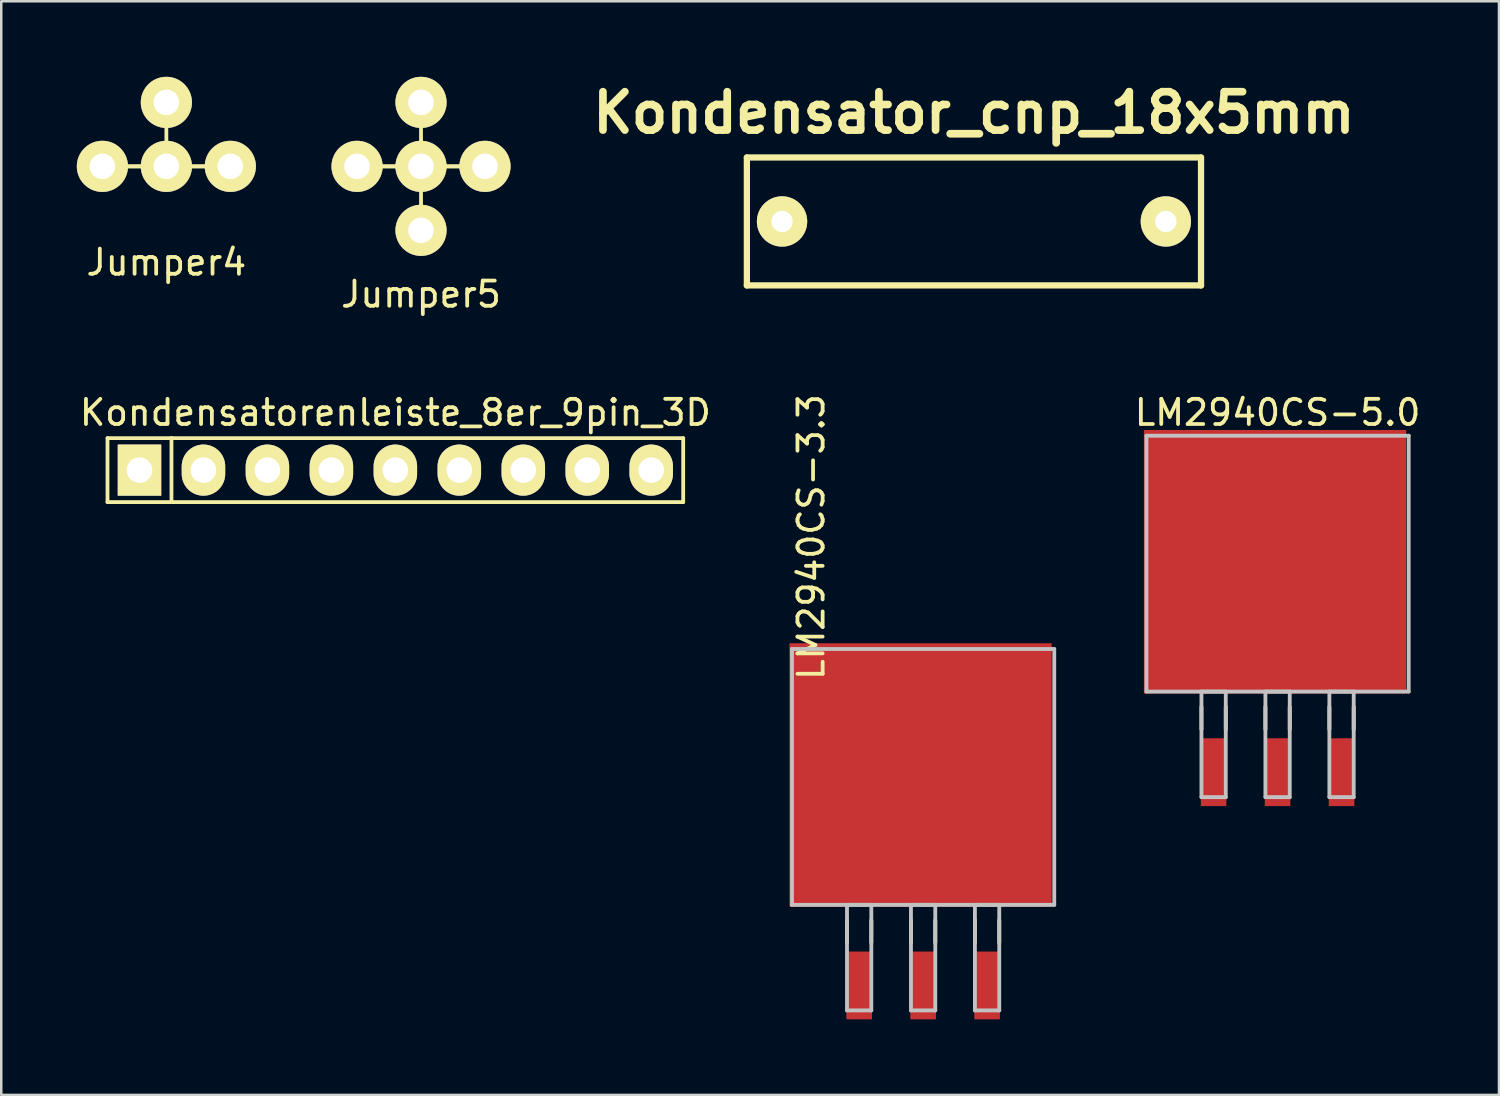
<source format=kicad_pcb>
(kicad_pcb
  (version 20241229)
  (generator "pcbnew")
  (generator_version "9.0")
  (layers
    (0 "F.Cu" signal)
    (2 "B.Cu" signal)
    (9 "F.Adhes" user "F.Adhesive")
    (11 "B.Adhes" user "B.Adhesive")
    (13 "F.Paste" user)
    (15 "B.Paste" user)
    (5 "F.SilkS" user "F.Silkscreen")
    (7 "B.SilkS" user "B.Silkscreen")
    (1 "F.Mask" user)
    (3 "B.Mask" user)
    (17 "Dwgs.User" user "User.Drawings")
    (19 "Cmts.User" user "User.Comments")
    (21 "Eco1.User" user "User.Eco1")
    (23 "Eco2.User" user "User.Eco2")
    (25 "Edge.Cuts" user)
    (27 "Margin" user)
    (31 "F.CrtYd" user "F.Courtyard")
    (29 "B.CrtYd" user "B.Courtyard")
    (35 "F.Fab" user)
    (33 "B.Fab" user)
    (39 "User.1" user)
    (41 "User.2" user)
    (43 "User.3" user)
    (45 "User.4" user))
  (footprint "LM2940CS-3.3"
    (layer "F.Cu")
    (at 33.606 27.801)
    (property "Reference" "LM2940CS-3.3" (at -4.445 -9.525 90) (layer "F.SilkS") (effects (font (size 1 1) (thickness 0.15))))
    (attr smd)
    (fp_line (start -3.023 5.69) (end -3.023 6.579) (stroke (width 0.152) (type solid)) (layer "F.SilkS"))
    (fp_line (start -2.057 5.69) (end -2.057 6.579) (stroke (width 0.152) (type solid)) (layer "F.SilkS"))
    (fp_line (start -0.483 5.69) (end -0.483 6.579) (stroke (width 0.152) (type solid)) (layer "F.SilkS"))
    (fp_line (start 0.483 5.69) (end 0.483 6.579) (stroke (width 0.152) (type solid)) (layer "F.SilkS"))
    (fp_line (start 2.057 5.69) (end 2.057 6.579) (stroke (width 0.152) (type solid)) (layer "F.SilkS"))
    (fp_line (start 3.023 5.69) (end 3.023 6.579) (stroke (width 0.152) (type solid)) (layer "F.SilkS"))
    (fp_line (start -5.207 -5.08) (end -5.207 5.08) (stroke (width 0.152) (type solid)) (layer "Dwgs.User"))
    (fp_line (start -5.207 5.08) (end 5.207 5.08) (stroke (width 0.152) (type solid)) (layer "Dwgs.User"))
    (fp_line (start -3.023 5.08) (end -3.023 9.271) (stroke (width 0.152) (type solid)) (layer "Dwgs.User"))
    (fp_line (start -3.023 9.271) (end -2.057 9.271) (stroke (width 0.152) (type solid)) (layer "Dwgs.User"))
    (fp_line (start -2.057 5.08) (end -3.023 5.08) (stroke (width 0.152) (type solid)) (layer "Dwgs.User"))
    (fp_line (start -2.057 9.271) (end -2.057 5.08) (stroke (width 0.152) (type solid)) (layer "Dwgs.User"))
    (fp_line (start -0.483 5.08) (end -0.483 9.271) (stroke (width 0.152) (type solid)) (layer "Dwgs.User"))
    (fp_line (start -0.483 9.271) (end 0.483 9.271) (stroke (width 0.152) (type solid)) (layer "Dwgs.User"))
    (fp_line (start 0.483 5.08) (end -0.483 5.08) (stroke (width 0.152) (type solid)) (layer "Dwgs.User"))
    (fp_line (start 0.483 9.271) (end 0.483 5.08) (stroke (width 0.152) (type solid)) (layer "Dwgs.User"))
    (fp_line (start 2.057 5.08) (end 2.057 9.271) (stroke (width 0.152) (type solid)) (layer "Dwgs.User"))
    (fp_line (start 2.057 9.271) (end 3.023 9.271) (stroke (width 0.152) (type solid)) (layer "Dwgs.User"))
    (fp_line (start 3.023 5.08) (end 2.057 5.08) (stroke (width 0.152) (type solid)) (layer "Dwgs.User"))
    (fp_line (start 3.023 9.271) (end 3.023 5.08) (stroke (width 0.152) (type solid)) (layer "Dwgs.User"))
    (fp_line (start 5.207 -5.08) (end -5.207 -5.08) (stroke (width 0.152) (type solid)) (layer "Dwgs.User"))
    (fp_line (start 5.207 5.08) (end 5.207 -5.08) (stroke (width 0.152) (type solid)) (layer "Dwgs.User"))
    (pad "1" smd rect (at -2.54 8.28) (size 1.016 2.692) (layers "F.Cu" "F.Mask" "F.Paste"))
    (pad "2" smd rect (at 0 8.28) (size 1.016 2.692) (layers "F.Cu" "F.Mask" "F.Paste"))
    (pad "3" smd rect (at 2.54 8.28) (size 1.016 2.692) (layers "F.Cu" "F.Mask" "F.Paste"))
    (pad "4" smd rect (at -0.102 -0.076) (size 10.414 10.465) (layers "F.Cu" "F.Mask" "F.Paste")))
  (footprint "LM2940CS-5.0"
    (layer "F.Cu")
    (at 47.681 19.332)
    (property "Reference" "LM2940CS-5.0" (at 0 -6 180) (layer "F.SilkS") (effects (font (size 1 1) (thickness 0.15))))
    (attr smd)
    (fp_line (start -3.023 5.69) (end -3.023 6.579) (stroke (width 0.152) (type solid)) (layer "F.SilkS"))
    (fp_line (start -2.057 5.69) (end -2.057 6.579) (stroke (width 0.152) (type solid)) (layer "F.SilkS"))
    (fp_line (start -0.483 5.69) (end -0.483 6.579) (stroke (width 0.152) (type solid)) (layer "F.SilkS"))
    (fp_line (start 0.483 5.69) (end 0.483 6.579) (stroke (width 0.152) (type solid)) (layer "F.SilkS"))
    (fp_line (start 2.057 5.69) (end 2.057 6.579) (stroke (width 0.152) (type solid)) (layer "F.SilkS"))
    (fp_line (start 3.023 5.69) (end 3.023 6.579) (stroke (width 0.152) (type solid)) (layer "F.SilkS"))
    (fp_line (start -5.207 -5.08) (end -5.207 5.08) (stroke (width 0.152) (type solid)) (layer "Dwgs.User"))
    (fp_line (start -5.207 5.08) (end 5.207 5.08) (stroke (width 0.152) (type solid)) (layer "Dwgs.User"))
    (fp_line (start -3.023 5.08) (end -3.023 9.271) (stroke (width 0.152) (type solid)) (layer "Dwgs.User"))
    (fp_line (start -3.023 9.271) (end -2.057 9.271) (stroke (width 0.152) (type solid)) (layer "Dwgs.User"))
    (fp_line (start -2.057 5.08) (end -3.023 5.08) (stroke (width 0.152) (type solid)) (layer "Dwgs.User"))
    (fp_line (start -2.057 9.271) (end -2.057 5.08) (stroke (width 0.152) (type solid)) (layer "Dwgs.User"))
    (fp_line (start -0.483 5.08) (end -0.483 9.271) (stroke (width 0.152) (type solid)) (layer "Dwgs.User"))
    (fp_line (start -0.483 9.271) (end 0.483 9.271) (stroke (width 0.152) (type solid)) (layer "Dwgs.User"))
    (fp_line (start 0.483 5.08) (end -0.483 5.08) (stroke (width 0.152) (type solid)) (layer "Dwgs.User"))
    (fp_line (start 0.483 9.271) (end 0.483 5.08) (stroke (width 0.152) (type solid)) (layer "Dwgs.User"))
    (fp_line (start 2.057 5.08) (end 2.057 9.271) (stroke (width 0.152) (type solid)) (layer "Dwgs.User"))
    (fp_line (start 2.057 9.271) (end 3.023 9.271) (stroke (width 0.152) (type solid)) (layer "Dwgs.User"))
    (fp_line (start 3.023 5.08) (end 2.057 5.08) (stroke (width 0.152) (type solid)) (layer "Dwgs.User"))
    (fp_line (start 3.023 9.271) (end 3.023 5.08) (stroke (width 0.152) (type solid)) (layer "Dwgs.User"))
    (fp_line (start 5.207 -5.08) (end -5.207 -5.08) (stroke (width 0.152) (type solid)) (layer "Dwgs.User"))
    (fp_line (start 5.207 5.08) (end 5.207 -5.08) (stroke (width 0.152) (type solid)) (layer "Dwgs.User"))
    (pad "1" smd rect (at -2.54 8.28) (size 1.016 2.692) (layers "F.Cu" "F.Mask" "F.Paste"))
    (pad "2" smd rect (at 0 8.28) (size 1.016 2.692) (layers "F.Cu" "F.Mask" "F.Paste"))
    (pad "3" smd rect (at 2.54 8.28) (size 1.016 2.692) (layers "F.Cu" "F.Mask" "F.Paste"))
    (pad "4" smd rect (at -0.102 -0.076) (size 10.414 10.465) (layers "F.Cu" "F.Mask" "F.Paste")))
  (footprint "Kondensator_cnp_18x5mm"
    (layer "F.Cu")
    (at 35.624 5.744)
    (property "Reference" "Kondensator_cnp_18x5mm" (at 0 -4.318 0) (layer "F.SilkS") (effects (font (size 1.524 1.524) (thickness 0.305))))
    (attr through_hole)
    (fp_line (start -9.017 -2.54) (end -9.017 2.54) (stroke (width 0.249) (type solid)) (layer "F.SilkS"))
    (fp_line (start -9.017 2.54) (end 9.017 2.54) (stroke (width 0.249) (type solid)) (layer "F.SilkS"))
    (fp_line (start 9.017 -2.54) (end -9.017 -2.54) (stroke (width 0.249) (type solid)) (layer "F.SilkS"))
    (fp_line (start 9.017 2.54) (end 9.017 -2.54) (stroke (width 0.249) (type solid)) (layer "F.SilkS"))
    (pad "1" thru_hole circle (at -7.62 0) (size 1.999 1.999) (drill 0.848) (layers "*.Cu" "*.Mask" "F.SilkS"))
    (pad "2" thru_hole circle (at 7.62 0) (size 1.999 1.999) (drill 0.848) (layers "*.Cu" "*.Mask" "F.SilkS")))
  (footprint "Jumper4"
    (layer "F.Cu")
    (at 3.556 2.286)
    (property "Reference" "Jumper4" (at 0 5.08 0) (layer "F.SilkS") (effects (font (size 1 1) (thickness 0.15))))
    (attr through_hole)
    (fp_line (start -2.54 1.27) (end 0 1.27) (stroke (width 0.15) (type solid)) (layer "F.SilkS"))
    (fp_line (start 0 1.27) (end -2.54 1.27) (stroke (width 0.15) (type solid)) (layer "F.SilkS"))
    (fp_line (start 0 1.27) (end 0 -1.27) (stroke (width 0.15) (type solid)) (layer "F.SilkS"))
    (fp_line (start 0 1.27) (end 2.54 1.27) (stroke (width 0.15) (type solid)) (layer "F.SilkS"))
    (fp_line (start 2.54 1.27) (end 0 1.27) (stroke (width 0.15) (type solid)) (layer "F.SilkS"))
    (pad "1" thru_hole circle (at -2.54 1.27) (size 2.032 2.032) (drill 1.016) (layers "*.Cu" "*.Mask" "F.SilkS"))
    (pad "2" thru_hole circle (at 0 1.27) (size 2.032 2.032) (drill 1.016) (layers "*.Cu" "*.Mask" "F.SilkS"))
    (pad "3" thru_hole circle (at 2.54 1.27) (size 2.032 2.032) (drill 1.016) (layers "*.Cu" "*.Mask" "F.SilkS"))
    (pad "4" thru_hole oval (at 0 -1.27) (size 2.032 2.032) (drill 1.016) (layers "*.Cu" "*.Mask" "F.SilkS")))
  (footprint "Jumper5"
    (layer "F.Cu")
    (at 13.668 2.286)
    (property "Reference" "Jumper5" (at 0 6.35 0) (layer "F.SilkS") (effects (font (size 1 1) (thickness 0.15))))
    (attr through_hole)
    (fp_line (start -2.54 1.27) (end 0 1.27) (stroke (width 0.15) (type solid)) (layer "F.SilkS"))
    (fp_line (start 0 1.27) (end -2.54 1.27) (stroke (width 0.15) (type solid)) (layer "F.SilkS"))
    (fp_line (start 0 1.27) (end 0 -1.27) (stroke (width 0.15) (type solid)) (layer "F.SilkS"))
    (fp_line (start 0 1.27) (end 0 3.81) (stroke (width 0.15) (type solid)) (layer "F.SilkS"))
    (fp_line (start 0 1.27) (end 2.54 1.27) (stroke (width 0.15) (type solid)) (layer "F.SilkS"))
    (fp_line (start 2.54 1.27) (end 0 1.27) (stroke (width 0.15) (type solid)) (layer "F.SilkS"))
    (pad "1" thru_hole circle (at -2.54 1.27) (size 2.032 2.032) (drill 1.016) (layers "*.Cu" "*.Mask" "F.SilkS"))
    (pad "2" thru_hole circle (at 0 1.27) (size 2.032 2.032) (drill 1.016) (layers "*.Cu" "*.Mask" "F.SilkS"))
    (pad "3" thru_hole circle (at 2.54 1.27) (size 2.032 2.032) (drill 1.016) (layers "*.Cu" "*.Mask" "F.SilkS"))
    (pad "4" thru_hole oval (at 0 -1.27) (size 2.032 2.032) (drill 1.016) (layers "*.Cu" "*.Mask" "F.SilkS"))
    (pad "5" thru_hole circle (at 0 3.81) (size 2.032 2.032) (drill 1.016) (layers "*.Cu" "*.Mask" "F.SilkS")))
  (footprint "Kondensatorenleiste_8er_9pin_3D"
    (layer "F.Cu")
    (at 12.649 15.618)
    (property "Reference" "Kondensatorenleiste_8er_9pin_3D" (at 0 -2.286 0) (layer "F.SilkS") (effects (font (size 1 1) (thickness 0.15))))
    (attr through_hole)
    (fp_line (start -11.43 -1.27) (end -11.43 1.27) (stroke (width 0.15) (type solid)) (layer "F.SilkS"))
    (fp_line (start -11.43 -1.27) (end -8.89 -1.27) (stroke (width 0.15) (type solid)) (layer "F.SilkS"))
    (fp_line (start -11.43 1.27) (end -8.89 1.27) (stroke (width 0.15) (type solid)) (layer "F.SilkS"))
    (fp_line (start -8.89 -1.27) (end -8.89 1.27) (stroke (width 0.15) (type solid)) (layer "F.SilkS"))
    (fp_line (start -8.89 -1.27) (end 11.43 -1.27) (stroke (width 0.15) (type solid)) (layer "F.SilkS"))
    (fp_line (start 11.43 -1.27) (end 11.43 1.27) (stroke (width 0.15) (type solid)) (layer "F.SilkS"))
    (fp_line (start 11.43 1.27) (end -8.89 1.27) (stroke (width 0.15) (type solid)) (layer "F.SilkS"))
    (pad "1" thru_hole rect (at -10.16 0) (size 1.727 2.032) (drill 1.016) (layers "*.Cu" "*.Mask" "F.SilkS"))
    (pad "2" thru_hole oval (at -7.62 0) (size 1.727 2.032) (drill 1.016) (layers "*.Cu" "*.Mask" "F.SilkS"))
    (pad "3" thru_hole oval (at -5.08 0) (size 1.727 2.032) (drill 1.016) (layers "*.Cu" "*.Mask" "F.SilkS"))
    (pad "4" thru_hole oval (at -2.54 0) (size 1.727 2.032) (drill 1.016) (layers "*.Cu" "*.Mask" "F.SilkS"))
    (pad "5" thru_hole oval (at 0 0) (size 1.727 2.032) (drill 1.016) (layers "*.Cu" "*.Mask" "F.SilkS"))
    (pad "6" thru_hole oval (at 2.54 0) (size 1.727 2.032) (drill 1.016) (layers "*.Cu" "*.Mask" "F.SilkS"))
    (pad "7" thru_hole oval (at 5.08 0) (size 1.727 2.032) (drill 1.016) (layers "*.Cu" "*.Mask" "F.SilkS"))
    (pad "8" thru_hole oval (at 7.62 0) (size 1.727 2.032) (drill 1.016) (layers "*.Cu" "*.Mask" "F.SilkS"))
    (pad "9" thru_hole oval (at 10.16 0) (size 1.727 2.032) (drill 1.016) (layers "*.Cu" "*.Mask" "F.SilkS")))
  (gr_rect
    (start -3 -3)
    (end 56.473 40.428)
    (stroke (width 0.1) (type default))
    (fill no)
    (layer "Edge.Cuts")))
</source>
